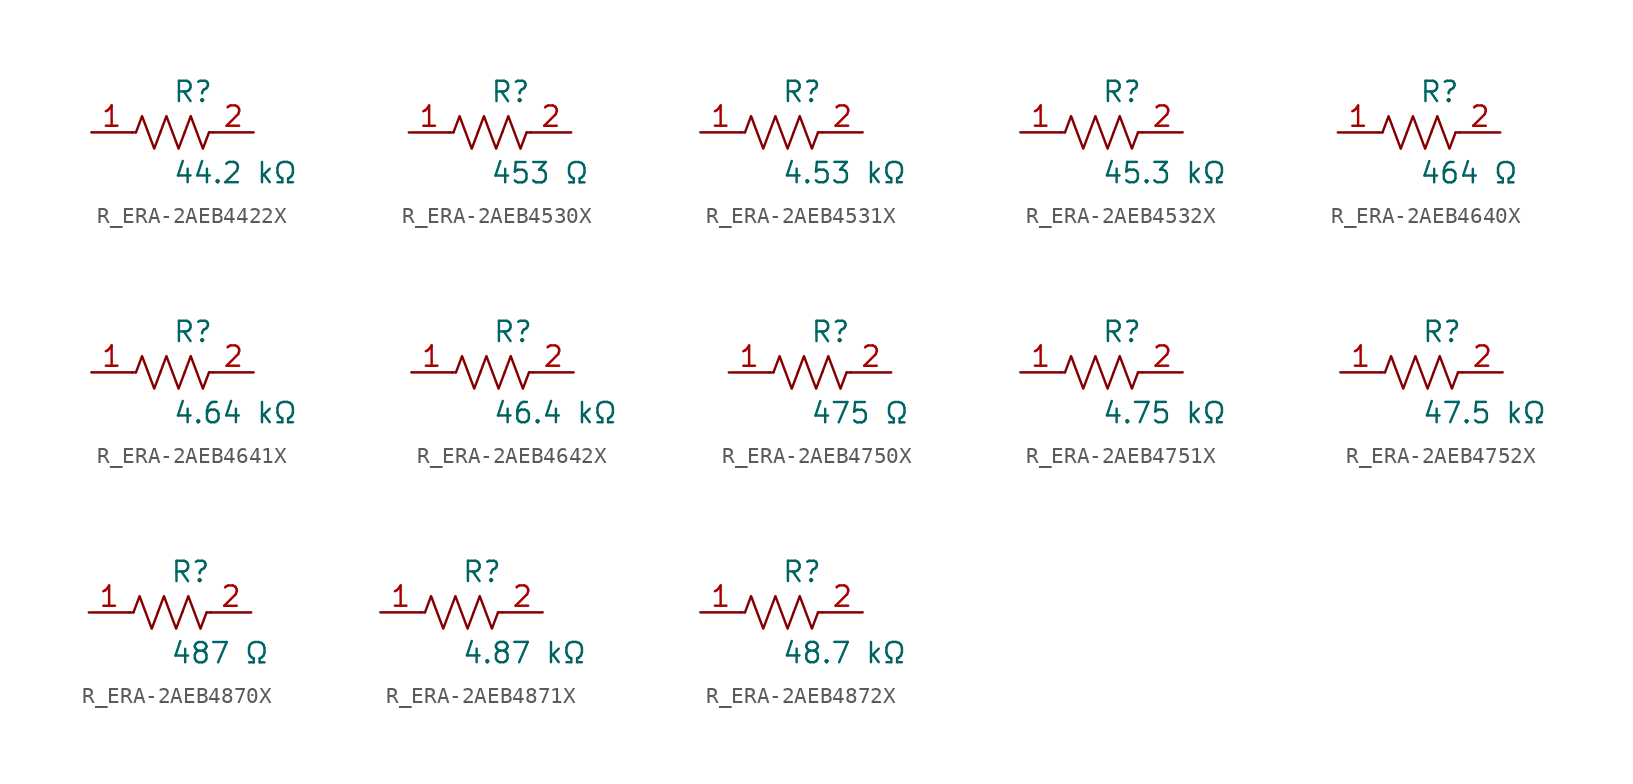
<source format=kicad_sym>
(kicad_symbol_lib
  (version 20231120)
  (generator kicad_symbol_editor)
  (generator_version 8.0)
  (symbol "R_ERA-2AEB4422X"
    (pin_names
      (offset 0.254))
    (property "Reference" "R"
      (at 0.0 2.54 0)
      (effects (font (size 1.27 1.27)) (justify left)))
    (property "Value" "44.2 kΩ"
      (at 0.0 -2.54 0)
      (effects (font (size 1.27 1.27)) (justify left)))
    (symbol "R_ERA-2AEB4422X_0_1"
      (polyline (pts (xy 2.286 0) (xy 2.54 0)) (stroke (width 0) (type default)) (fill (type none)))
      (polyline (pts (xy -2.286 0) (xy -2.54 0)) (stroke (width 0) (type default)) (fill (type none)))
      (polyline (pts (xy 0.762 0) (xy 1.143 1.016) (xy 1.524 0) (xy 1.905 -1.016) (xy 2.286 0)) (stroke (width 0) (type default)) (fill (type none)))
      (polyline (pts (xy -0.762 0) (xy -0.381 1.016) (xy 0 0) (xy 0.381 -1.016) (xy 0.762 0)) (stroke (width 0) (type default)) (fill (type none)))
      (polyline (pts (xy -2.286 0) (xy -1.905 1.016) (xy -1.524 0) (xy -1.143 -1.016) (xy -0.762 0)) (stroke (width 0) (type default)) (fill (type none))))
    (pin unspecified line
      (at -5.08 0 0)
      (length 2.54)
      (name "" (effects (font (size 1.27 1.27))))
      (number "1" (effects (font (size 1.27 1.27)))))
    (pin unspecified line
      (at 5.08 0 180)
      (length 2.54)
      (name "" (effects (font (size 1.27 1.27))))
      (number "2" (effects (font (size 1.27 1.27))))))
  (symbol "R_ERA-2AEB4530X"
    (pin_names
      (offset 0.254))
    (property "Reference" "R"
      (at 0.0 2.54 0)
      (effects (font (size 1.27 1.27)) (justify left)))
    (property "Value" "453 Ω"
      (at 0.0 -2.54 0)
      (effects (font (size 1.27 1.27)) (justify left)))
    (symbol "R_ERA-2AEB4530X_0_1"
      (polyline (pts (xy 2.286 0) (xy 2.54 0)) (stroke (width 0) (type default)) (fill (type none)))
      (polyline (pts (xy -2.286 0) (xy -2.54 0)) (stroke (width 0) (type default)) (fill (type none)))
      (polyline (pts (xy 0.762 0) (xy 1.143 1.016) (xy 1.524 0) (xy 1.905 -1.016) (xy 2.286 0)) (stroke (width 0) (type default)) (fill (type none)))
      (polyline (pts (xy -0.762 0) (xy -0.381 1.016) (xy 0 0) (xy 0.381 -1.016) (xy 0.762 0)) (stroke (width 0) (type default)) (fill (type none)))
      (polyline (pts (xy -2.286 0) (xy -1.905 1.016) (xy -1.524 0) (xy -1.143 -1.016) (xy -0.762 0)) (stroke (width 0) (type default)) (fill (type none))))
    (pin unspecified line
      (at -5.08 0 0)
      (length 2.54)
      (name "" (effects (font (size 1.27 1.27))))
      (number "1" (effects (font (size 1.27 1.27)))))
    (pin unspecified line
      (at 5.08 0 180)
      (length 2.54)
      (name "" (effects (font (size 1.27 1.27))))
      (number "2" (effects (font (size 1.27 1.27))))))
  (symbol "R_ERA-2AEB4531X"
    (pin_names
      (offset 0.254))
    (property "Reference" "R"
      (at 0.0 2.54 0)
      (effects (font (size 1.27 1.27)) (justify left)))
    (property "Value" "4.53 kΩ"
      (at 0.0 -2.54 0)
      (effects (font (size 1.27 1.27)) (justify left)))
    (symbol "R_ERA-2AEB4531X_0_1"
      (polyline (pts (xy 2.286 0) (xy 2.54 0)) (stroke (width 0) (type default)) (fill (type none)))
      (polyline (pts (xy -2.286 0) (xy -2.54 0)) (stroke (width 0) (type default)) (fill (type none)))
      (polyline (pts (xy 0.762 0) (xy 1.143 1.016) (xy 1.524 0) (xy 1.905 -1.016) (xy 2.286 0)) (stroke (width 0) (type default)) (fill (type none)))
      (polyline (pts (xy -0.762 0) (xy -0.381 1.016) (xy 0 0) (xy 0.381 -1.016) (xy 0.762 0)) (stroke (width 0) (type default)) (fill (type none)))
      (polyline (pts (xy -2.286 0) (xy -1.905 1.016) (xy -1.524 0) (xy -1.143 -1.016) (xy -0.762 0)) (stroke (width 0) (type default)) (fill (type none))))
    (pin unspecified line
      (at -5.08 0 0)
      (length 2.54)
      (name "" (effects (font (size 1.27 1.27))))
      (number "1" (effects (font (size 1.27 1.27)))))
    (pin unspecified line
      (at 5.08 0 180)
      (length 2.54)
      (name "" (effects (font (size 1.27 1.27))))
      (number "2" (effects (font (size 1.27 1.27))))))
  (symbol "R_ERA-2AEB4532X"
    (pin_names
      (offset 0.254))
    (property "Reference" "R"
      (at 0.0 2.54 0)
      (effects (font (size 1.27 1.27)) (justify left)))
    (property "Value" "45.3 kΩ"
      (at 0.0 -2.54 0)
      (effects (font (size 1.27 1.27)) (justify left)))
    (symbol "R_ERA-2AEB4532X_0_1"
      (polyline (pts (xy 2.286 0) (xy 2.54 0)) (stroke (width 0) (type default)) (fill (type none)))
      (polyline (pts (xy -2.286 0) (xy -2.54 0)) (stroke (width 0) (type default)) (fill (type none)))
      (polyline (pts (xy 0.762 0) (xy 1.143 1.016) (xy 1.524 0) (xy 1.905 -1.016) (xy 2.286 0)) (stroke (width 0) (type default)) (fill (type none)))
      (polyline (pts (xy -0.762 0) (xy -0.381 1.016) (xy 0 0) (xy 0.381 -1.016) (xy 0.762 0)) (stroke (width 0) (type default)) (fill (type none)))
      (polyline (pts (xy -2.286 0) (xy -1.905 1.016) (xy -1.524 0) (xy -1.143 -1.016) (xy -0.762 0)) (stroke (width 0) (type default)) (fill (type none))))
    (pin unspecified line
      (at -5.08 0 0)
      (length 2.54)
      (name "" (effects (font (size 1.27 1.27))))
      (number "1" (effects (font (size 1.27 1.27)))))
    (pin unspecified line
      (at 5.08 0 180)
      (length 2.54)
      (name "" (effects (font (size 1.27 1.27))))
      (number "2" (effects (font (size 1.27 1.27))))))
  (symbol "R_ERA-2AEB4640X"
    (pin_names
      (offset 0.254))
    (property "Reference" "R"
      (at 0.0 2.54 0)
      (effects (font (size 1.27 1.27)) (justify left)))
    (property "Value" "464 Ω"
      (at 0.0 -2.54 0)
      (effects (font (size 1.27 1.27)) (justify left)))
    (symbol "R_ERA-2AEB4640X_0_1"
      (polyline (pts (xy 2.286 0) (xy 2.54 0)) (stroke (width 0) (type default)) (fill (type none)))
      (polyline (pts (xy -2.286 0) (xy -2.54 0)) (stroke (width 0) (type default)) (fill (type none)))
      (polyline (pts (xy 0.762 0) (xy 1.143 1.016) (xy 1.524 0) (xy 1.905 -1.016) (xy 2.286 0)) (stroke (width 0) (type default)) (fill (type none)))
      (polyline (pts (xy -0.762 0) (xy -0.381 1.016) (xy 0 0) (xy 0.381 -1.016) (xy 0.762 0)) (stroke (width 0) (type default)) (fill (type none)))
      (polyline (pts (xy -2.286 0) (xy -1.905 1.016) (xy -1.524 0) (xy -1.143 -1.016) (xy -0.762 0)) (stroke (width 0) (type default)) (fill (type none))))
    (pin unspecified line
      (at -5.08 0 0)
      (length 2.54)
      (name "" (effects (font (size 1.27 1.27))))
      (number "1" (effects (font (size 1.27 1.27)))))
    (pin unspecified line
      (at 5.08 0 180)
      (length 2.54)
      (name "" (effects (font (size 1.27 1.27))))
      (number "2" (effects (font (size 1.27 1.27))))))
  (symbol "R_ERA-2AEB4641X"
    (pin_names
      (offset 0.254))
    (property "Reference" "R"
      (at 0.0 2.54 0)
      (effects (font (size 1.27 1.27)) (justify left)))
    (property "Value" "4.64 kΩ"
      (at 0.0 -2.54 0)
      (effects (font (size 1.27 1.27)) (justify left)))
    (symbol "R_ERA-2AEB4641X_0_1"
      (polyline (pts (xy 2.286 0) (xy 2.54 0)) (stroke (width 0) (type default)) (fill (type none)))
      (polyline (pts (xy -2.286 0) (xy -2.54 0)) (stroke (width 0) (type default)) (fill (type none)))
      (polyline (pts (xy 0.762 0) (xy 1.143 1.016) (xy 1.524 0) (xy 1.905 -1.016) (xy 2.286 0)) (stroke (width 0) (type default)) (fill (type none)))
      (polyline (pts (xy -0.762 0) (xy -0.381 1.016) (xy 0 0) (xy 0.381 -1.016) (xy 0.762 0)) (stroke (width 0) (type default)) (fill (type none)))
      (polyline (pts (xy -2.286 0) (xy -1.905 1.016) (xy -1.524 0) (xy -1.143 -1.016) (xy -0.762 0)) (stroke (width 0) (type default)) (fill (type none))))
    (pin unspecified line
      (at -5.08 0 0)
      (length 2.54)
      (name "" (effects (font (size 1.27 1.27))))
      (number "1" (effects (font (size 1.27 1.27)))))
    (pin unspecified line
      (at 5.08 0 180)
      (length 2.54)
      (name "" (effects (font (size 1.27 1.27))))
      (number "2" (effects (font (size 1.27 1.27))))))
  (symbol "R_ERA-2AEB4642X"
    (pin_names
      (offset 0.254))
    (property "Reference" "R"
      (at 0.0 2.54 0)
      (effects (font (size 1.27 1.27)) (justify left)))
    (property "Value" "46.4 kΩ"
      (at 0.0 -2.54 0)
      (effects (font (size 1.27 1.27)) (justify left)))
    (symbol "R_ERA-2AEB4642X_0_1"
      (polyline (pts (xy 2.286 0) (xy 2.54 0)) (stroke (width 0) (type default)) (fill (type none)))
      (polyline (pts (xy -2.286 0) (xy -2.54 0)) (stroke (width 0) (type default)) (fill (type none)))
      (polyline (pts (xy 0.762 0) (xy 1.143 1.016) (xy 1.524 0) (xy 1.905 -1.016) (xy 2.286 0)) (stroke (width 0) (type default)) (fill (type none)))
      (polyline (pts (xy -0.762 0) (xy -0.381 1.016) (xy 0 0) (xy 0.381 -1.016) (xy 0.762 0)) (stroke (width 0) (type default)) (fill (type none)))
      (polyline (pts (xy -2.286 0) (xy -1.905 1.016) (xy -1.524 0) (xy -1.143 -1.016) (xy -0.762 0)) (stroke (width 0) (type default)) (fill (type none))))
    (pin unspecified line
      (at -5.08 0 0)
      (length 2.54)
      (name "" (effects (font (size 1.27 1.27))))
      (number "1" (effects (font (size 1.27 1.27)))))
    (pin unspecified line
      (at 5.08 0 180)
      (length 2.54)
      (name "" (effects (font (size 1.27 1.27))))
      (number "2" (effects (font (size 1.27 1.27))))))
  (symbol "R_ERA-2AEB4750X"
    (pin_names
      (offset 0.254))
    (property "Reference" "R"
      (at 0.0 2.54 0)
      (effects (font (size 1.27 1.27)) (justify left)))
    (property "Value" "475 Ω"
      (at 0.0 -2.54 0)
      (effects (font (size 1.27 1.27)) (justify left)))
    (symbol "R_ERA-2AEB4750X_0_1"
      (polyline (pts (xy 2.286 0) (xy 2.54 0)) (stroke (width 0) (type default)) (fill (type none)))
      (polyline (pts (xy -2.286 0) (xy -2.54 0)) (stroke (width 0) (type default)) (fill (type none)))
      (polyline (pts (xy 0.762 0) (xy 1.143 1.016) (xy 1.524 0) (xy 1.905 -1.016) (xy 2.286 0)) (stroke (width 0) (type default)) (fill (type none)))
      (polyline (pts (xy -0.762 0) (xy -0.381 1.016) (xy 0 0) (xy 0.381 -1.016) (xy 0.762 0)) (stroke (width 0) (type default)) (fill (type none)))
      (polyline (pts (xy -2.286 0) (xy -1.905 1.016) (xy -1.524 0) (xy -1.143 -1.016) (xy -0.762 0)) (stroke (width 0) (type default)) (fill (type none))))
    (pin unspecified line
      (at -5.08 0 0)
      (length 2.54)
      (name "" (effects (font (size 1.27 1.27))))
      (number "1" (effects (font (size 1.27 1.27)))))
    (pin unspecified line
      (at 5.08 0 180)
      (length 2.54)
      (name "" (effects (font (size 1.27 1.27))))
      (number "2" (effects (font (size 1.27 1.27))))))
  (symbol "R_ERA-2AEB4751X"
    (pin_names
      (offset 0.254))
    (property "Reference" "R"
      (at 0.0 2.54 0)
      (effects (font (size 1.27 1.27)) (justify left)))
    (property "Value" "4.75 kΩ"
      (at 0.0 -2.54 0)
      (effects (font (size 1.27 1.27)) (justify left)))
    (symbol "R_ERA-2AEB4751X_0_1"
      (polyline (pts (xy 2.286 0) (xy 2.54 0)) (stroke (width 0) (type default)) (fill (type none)))
      (polyline (pts (xy -2.286 0) (xy -2.54 0)) (stroke (width 0) (type default)) (fill (type none)))
      (polyline (pts (xy 0.762 0) (xy 1.143 1.016) (xy 1.524 0) (xy 1.905 -1.016) (xy 2.286 0)) (stroke (width 0) (type default)) (fill (type none)))
      (polyline (pts (xy -0.762 0) (xy -0.381 1.016) (xy 0 0) (xy 0.381 -1.016) (xy 0.762 0)) (stroke (width 0) (type default)) (fill (type none)))
      (polyline (pts (xy -2.286 0) (xy -1.905 1.016) (xy -1.524 0) (xy -1.143 -1.016) (xy -0.762 0)) (stroke (width 0) (type default)) (fill (type none))))
    (pin unspecified line
      (at -5.08 0 0)
      (length 2.54)
      (name "" (effects (font (size 1.27 1.27))))
      (number "1" (effects (font (size 1.27 1.27)))))
    (pin unspecified line
      (at 5.08 0 180)
      (length 2.54)
      (name "" (effects (font (size 1.27 1.27))))
      (number "2" (effects (font (size 1.27 1.27))))))
  (symbol "R_ERA-2AEB4752X"
    (pin_names
      (offset 0.254))
    (property "Reference" "R"
      (at 0.0 2.54 0)
      (effects (font (size 1.27 1.27)) (justify left)))
    (property "Value" "47.5 kΩ"
      (at 0.0 -2.54 0)
      (effects (font (size 1.27 1.27)) (justify left)))
    (symbol "R_ERA-2AEB4752X_0_1"
      (polyline (pts (xy 2.286 0) (xy 2.54 0)) (stroke (width 0) (type default)) (fill (type none)))
      (polyline (pts (xy -2.286 0) (xy -2.54 0)) (stroke (width 0) (type default)) (fill (type none)))
      (polyline (pts (xy 0.762 0) (xy 1.143 1.016) (xy 1.524 0) (xy 1.905 -1.016) (xy 2.286 0)) (stroke (width 0) (type default)) (fill (type none)))
      (polyline (pts (xy -0.762 0) (xy -0.381 1.016) (xy 0 0) (xy 0.381 -1.016) (xy 0.762 0)) (stroke (width 0) (type default)) (fill (type none)))
      (polyline (pts (xy -2.286 0) (xy -1.905 1.016) (xy -1.524 0) (xy -1.143 -1.016) (xy -0.762 0)) (stroke (width 0) (type default)) (fill (type none))))
    (pin unspecified line
      (at -5.08 0 0)
      (length 2.54)
      (name "" (effects (font (size 1.27 1.27))))
      (number "1" (effects (font (size 1.27 1.27)))))
    (pin unspecified line
      (at 5.08 0 180)
      (length 2.54)
      (name "" (effects (font (size 1.27 1.27))))
      (number "2" (effects (font (size 1.27 1.27))))))
  (symbol "R_ERA-2AEB4870X"
    (pin_names
      (offset 0.254))
    (property "Reference" "R"
      (at 0.0 2.54 0)
      (effects (font (size 1.27 1.27)) (justify left)))
    (property "Value" "487 Ω"
      (at 0.0 -2.54 0)
      (effects (font (size 1.27 1.27)) (justify left)))
    (symbol "R_ERA-2AEB4870X_0_1"
      (polyline (pts (xy 2.286 0) (xy 2.54 0)) (stroke (width 0) (type default)) (fill (type none)))
      (polyline (pts (xy -2.286 0) (xy -2.54 0)) (stroke (width 0) (type default)) (fill (type none)))
      (polyline (pts (xy 0.762 0) (xy 1.143 1.016) (xy 1.524 0) (xy 1.905 -1.016) (xy 2.286 0)) (stroke (width 0) (type default)) (fill (type none)))
      (polyline (pts (xy -0.762 0) (xy -0.381 1.016) (xy 0 0) (xy 0.381 -1.016) (xy 0.762 0)) (stroke (width 0) (type default)) (fill (type none)))
      (polyline (pts (xy -2.286 0) (xy -1.905 1.016) (xy -1.524 0) (xy -1.143 -1.016) (xy -0.762 0)) (stroke (width 0) (type default)) (fill (type none))))
    (pin unspecified line
      (at -5.08 0 0)
      (length 2.54)
      (name "" (effects (font (size 1.27 1.27))))
      (number "1" (effects (font (size 1.27 1.27)))))
    (pin unspecified line
      (at 5.08 0 180)
      (length 2.54)
      (name "" (effects (font (size 1.27 1.27))))
      (number "2" (effects (font (size 1.27 1.27))))))
  (symbol "R_ERA-2AEB4871X"
    (pin_names
      (offset 0.254))
    (property "Reference" "R"
      (at 0.0 2.54 0)
      (effects (font (size 1.27 1.27)) (justify left)))
    (property "Value" "4.87 kΩ"
      (at 0.0 -2.54 0)
      (effects (font (size 1.27 1.27)) (justify left)))
    (symbol "R_ERA-2AEB4871X_0_1"
      (polyline (pts (xy 2.286 0) (xy 2.54 0)) (stroke (width 0) (type default)) (fill (type none)))
      (polyline (pts (xy -2.286 0) (xy -2.54 0)) (stroke (width 0) (type default)) (fill (type none)))
      (polyline (pts (xy 0.762 0) (xy 1.143 1.016) (xy 1.524 0) (xy 1.905 -1.016) (xy 2.286 0)) (stroke (width 0) (type default)) (fill (type none)))
      (polyline (pts (xy -0.762 0) (xy -0.381 1.016) (xy 0 0) (xy 0.381 -1.016) (xy 0.762 0)) (stroke (width 0) (type default)) (fill (type none)))
      (polyline (pts (xy -2.286 0) (xy -1.905 1.016) (xy -1.524 0) (xy -1.143 -1.016) (xy -0.762 0)) (stroke (width 0) (type default)) (fill (type none))))
    (pin unspecified line
      (at -5.08 0 0)
      (length 2.54)
      (name "" (effects (font (size 1.27 1.27))))
      (number "1" (effects (font (size 1.27 1.27)))))
    (pin unspecified line
      (at 5.08 0 180)
      (length 2.54)
      (name "" (effects (font (size 1.27 1.27))))
      (number "2" (effects (font (size 1.27 1.27))))))
  (symbol "R_ERA-2AEB4872X"
    (pin_names
      (offset 0.254))
    (property "Reference" "R"
      (at 0.0 2.54 0)
      (effects (font (size 1.27 1.27)) (justify left)))
    (property "Value" "48.7 kΩ"
      (at 0.0 -2.54 0)
      (effects (font (size 1.27 1.27)) (justify left)))
    (symbol "R_ERA-2AEB4872X_0_1"
      (polyline (pts (xy 2.286 0) (xy 2.54 0)) (stroke (width 0) (type default)) (fill (type none)))
      (polyline (pts (xy -2.286 0) (xy -2.54 0)) (stroke (width 0) (type default)) (fill (type none)))
      (polyline (pts (xy 0.762 0) (xy 1.143 1.016) (xy 1.524 0) (xy 1.905 -1.016) (xy 2.286 0)) (stroke (width 0) (type default)) (fill (type none)))
      (polyline (pts (xy -0.762 0) (xy -0.381 1.016) (xy 0 0) (xy 0.381 -1.016) (xy 0.762 0)) (stroke (width 0) (type default)) (fill (type none)))
      (polyline (pts (xy -2.286 0) (xy -1.905 1.016) (xy -1.524 0) (xy -1.143 -1.016) (xy -0.762 0)) (stroke (width 0) (type default)) (fill (type none))))
    (pin unspecified line
      (at -5.08 0 0)
      (length 2.54)
      (name "" (effects (font (size 1.27 1.27))))
      (number "1" (effects (font (size 1.27 1.27)))))
    (pin unspecified line
      (at 5.08 0 180)
      (length 2.54)
      (name "" (effects (font (size 1.27 1.27))))
      (number "2" (effects (font (size 1.27 1.27)))))))
</source>
